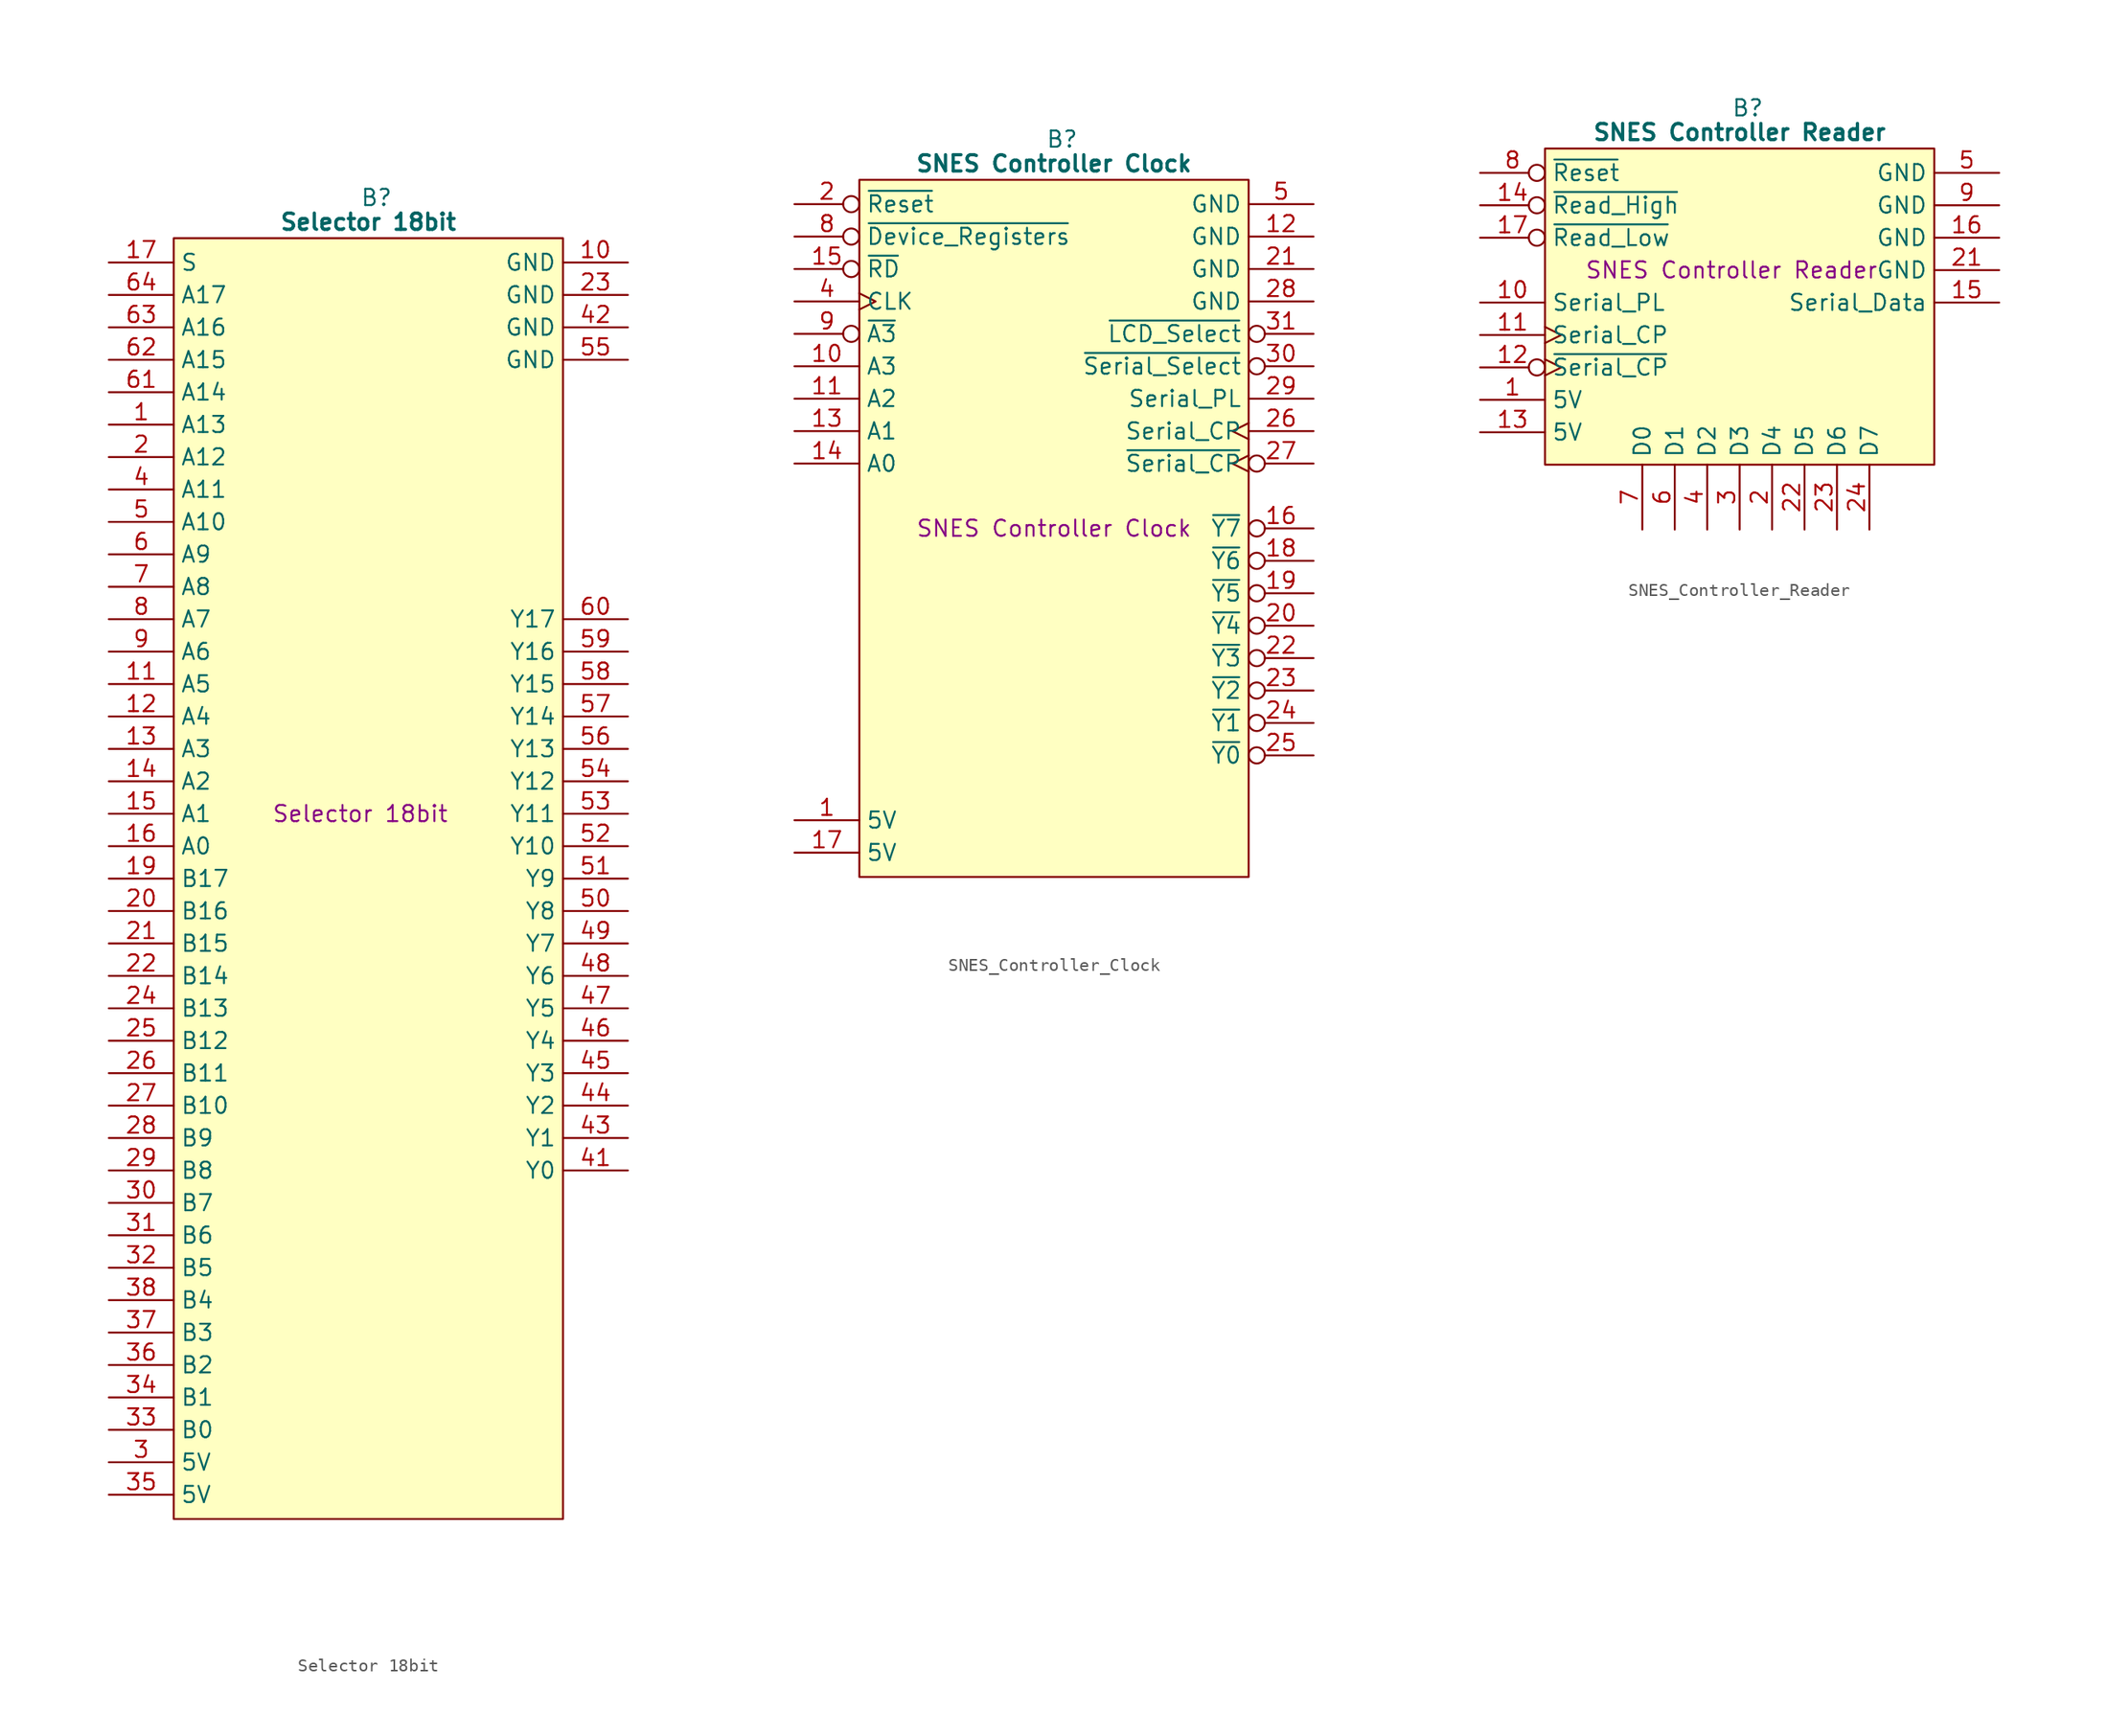
<source format=kicad_sym>
(kicad_symbol_lib
  (version 20241209)
  (generator "kicad_symbol_editor")
  (generator_version "9.0")
  (symbol "Selector 18bit"
    (property "Reference" "B"
      (at 15.875 5.08 0)
      (effects (font (size 1.27 1.27))))
    (property "Value" "Selector 18bit"
      (at 15.24 3.175 0)
      (effects (font (size 1.27 1.27) (bold yes))))
    (property "Description" "Selector 18bit"
      (at 14.605 -43.18 0)
      (effects (font (size 1.27 1.27))))
    (symbol "Selector 18bit_0_1"
      (polyline (pts (xy 0 1.905) (xy 30.48 1.905) (xy 30.48 -98.425) (xy 0 -98.425) (xy 0 1.905)) (stroke (width 0.152) (type default)) (fill (type background))))
    (symbol "Selector 18bit_1_0"
      (pin input line (at -5.08 -10.16 0) (length 5.08) (name "A14" (effects (font (size 1.27 1.27)))) (number "61" (effects (font (size 1.27 1.27)))))
      (pin input line (at -5.08 -78.74 0) (length 5.08) (name "B5" (effects (font (size 1.27 1.27)))) (number "32" (effects (font (size 1.27 1.27)))))
      (pin input line (at -5.08 -81.28 0) (length 5.08) (name "B4" (effects (font (size 1.27 1.27)))) (number "38" (effects (font (size 1.27 1.27)))))
      (pin input line (at -5.08 -83.82 0) (length 5.08) (name "B3" (effects (font (size 1.27 1.27)))) (number "37" (effects (font (size 1.27 1.27)))))
      (pin input line (at -5.08 -86.36 0) (length 5.08) (name "B2" (effects (font (size 1.27 1.27)))) (number "36" (effects (font (size 1.27 1.27)))))
      (pin input line (at -5.08 -88.9 0) (length 5.08) (name "B1" (effects (font (size 1.27 1.27)))) (number "34" (effects (font (size 1.27 1.27)))))
      (pin input line (at -5.08 -91.44 0) (length 5.08) (name "B0" (effects (font (size 1.27 1.27)))) (number "33" (effects (font (size 1.27 1.27)))))
      (pin output line (at 35.56 -27.94 180) (length 5.08) (name "Y17" (effects (font (size 1.27 1.27)))) (number "60" (effects (font (size 1.27 1.27)))))
      (pin output line (at 35.56 -30.48 180) (length 5.08) (name "Y16" (effects (font (size 1.27 1.27)))) (number "59" (effects (font (size 1.27 1.27)))))
      (pin output line (at 35.56 -33.02 180) (length 5.08) (name "Y15" (effects (font (size 1.27 1.27)))) (number "58" (effects (font (size 1.27 1.27)))))
      (pin output line (at 35.56 -35.56 180) (length 5.08) (name "Y14" (effects (font (size 1.27 1.27)))) (number "57" (effects (font (size 1.27 1.27)))))
      (pin output line (at 35.56 -38.1 180) (length 5.08) (name "Y13" (effects (font (size 1.27 1.27)))) (number "56" (effects (font (size 1.27 1.27)))))
      (pin output line (at 35.56 -40.64 180) (length 5.08) (name "Y12" (effects (font (size 1.27 1.27)))) (number "54" (effects (font (size 1.27 1.27)))))
      (pin output line (at 35.56 -63.5 180) (length 5.08) (name "Y3" (effects (font (size 1.27 1.27)))) (number "45" (effects (font (size 1.27 1.27)))))
      (pin no_connect line (at 35.56 -93.98 180) (length 5.08) (hide yes) (name "N.C." (effects (font (size 1.27 1.27)))) (number "39" (effects (font (size 1.27 1.27))))))
    (symbol "Selector 18bit_1_1"
      (pin input line (at -5.08 0 0) (length 5.08) (name "S" (effects (font (size 1.27 1.27)))) (number "17" (effects (font (size 1.27 1.27)))))
      (pin input line (at -5.08 -2.54 0) (length 5.08) (name "A17" (effects (font (size 1.27 1.27)))) (number "64" (effects (font (size 1.27 1.27)))))
      (pin input line (at -5.08 -5.08 0) (length 5.08) (name "A16" (effects (font (size 1.27 1.27)))) (number "63" (effects (font (size 1.27 1.27)))))
      (pin input line (at -5.08 -7.62 0) (length 5.08) (name "A15" (effects (font (size 1.27 1.27)))) (number "62" (effects (font (size 1.27 1.27)))))
      (pin input line (at -5.08 -12.7 0) (length 5.08) (name "A13" (effects (font (size 1.27 1.27)))) (number "1" (effects (font (size 1.27 1.27)))))
      (pin input line (at -5.08 -15.24 0) (length 5.08) (name "A12" (effects (font (size 1.27 1.27)))) (number "2" (effects (font (size 1.27 1.27)))))
      (pin input line (at -5.08 -17.78 0) (length 5.08) (name "A11" (effects (font (size 1.27 1.27)))) (number "4" (effects (font (size 1.27 1.27)))))
      (pin input line (at -5.08 -20.32 0) (length 5.08) (name "A10" (effects (font (size 1.27 1.27)))) (number "5" (effects (font (size 1.27 1.27)))))
      (pin input line (at -5.08 -22.86 0) (length 5.08) (name "A9" (effects (font (size 1.27 1.27)))) (number "6" (effects (font (size 1.27 1.27)))))
      (pin input line (at -5.08 -25.4 0) (length 5.08) (name "A8" (effects (font (size 1.27 1.27)))) (number "7" (effects (font (size 1.27 1.27)))))
      (pin input line (at -5.08 -27.94 0) (length 5.08) (name "A7" (effects (font (size 1.27 1.27)))) (number "8" (effects (font (size 1.27 1.27)))))
      (pin input line (at -5.08 -30.48 0) (length 5.08) (name "A6" (effects (font (size 1.27 1.27)))) (number "9" (effects (font (size 1.27 1.27)))))
      (pin input line (at -5.08 -33.02 0) (length 5.08) (name "A5" (effects (font (size 1.27 1.27)))) (number "11" (effects (font (size 1.27 1.27)))))
      (pin input line (at -5.08 -35.56 0) (length 5.08) (name "A4" (effects (font (size 1.27 1.27)))) (number "12" (effects (font (size 1.27 1.27)))))
      (pin input line (at -5.08 -38.1 0) (length 5.08) (name "A3" (effects (font (size 1.27 1.27)))) (number "13" (effects (font (size 1.27 1.27)))))
      (pin input line (at -5.08 -40.64 0) (length 5.08) (name "A2" (effects (font (size 1.27 1.27)))) (number "14" (effects (font (size 1.27 1.27)))))
      (pin input line (at -5.08 -43.18 0) (length 5.08) (name "A1" (effects (font (size 1.27 1.27)))) (number "15" (effects (font (size 1.27 1.27)))))
      (pin input line (at -5.08 -45.72 0) (length 5.08) (name "A0" (effects (font (size 1.27 1.27)))) (number "16" (effects (font (size 1.27 1.27)))))
      (pin input line (at -5.08 -48.26 0) (length 5.08) (name "B17" (effects (font (size 1.27 1.27)))) (number "19" (effects (font (size 1.27 1.27)))))
      (pin input line (at -5.08 -50.8 0) (length 5.08) (name "B16" (effects (font (size 1.27 1.27)))) (number "20" (effects (font (size 1.27 1.27)))))
      (pin input line (at -5.08 -53.34 0) (length 5.08) (name "B15" (effects (font (size 1.27 1.27)))) (number "21" (effects (font (size 1.27 1.27)))))
      (pin input line (at -5.08 -55.88 0) (length 5.08) (name "B14" (effects (font (size 1.27 1.27)))) (number "22" (effects (font (size 1.27 1.27)))))
      (pin input line (at -5.08 -58.42 0) (length 5.08) (name "B13" (effects (font (size 1.27 1.27)))) (number "24" (effects (font (size 1.27 1.27)))))
      (pin input line (at -5.08 -60.96 0) (length 5.08) (name "B12" (effects (font (size 1.27 1.27)))) (number "25" (effects (font (size 1.27 1.27)))))
      (pin input line (at -5.08 -63.5 0) (length 5.08) (name "B11" (effects (font (size 1.27 1.27)))) (number "26" (effects (font (size 1.27 1.27)))))
      (pin input line (at -5.08 -66.04 0) (length 5.08) (name "B10" (effects (font (size 1.27 1.27)))) (number "27" (effects (font (size 1.27 1.27)))))
      (pin input line (at -5.08 -68.58 0) (length 5.08) (name "B9" (effects (font (size 1.27 1.27)))) (number "28" (effects (font (size 1.27 1.27)))))
      (pin input line (at -5.08 -71.12 0) (length 5.08) (name "B8" (effects (font (size 1.27 1.27)))) (number "29" (effects (font (size 1.27 1.27)))))
      (pin input line (at -5.08 -73.66 0) (length 5.08) (name "B7" (effects (font (size 1.27 1.27)))) (number "30" (effects (font (size 1.27 1.27)))))
      (pin input line (at -5.08 -76.2 0) (length 5.08) (name "B6" (effects (font (size 1.27 1.27)))) (number "31" (effects (font (size 1.27 1.27)))))
      (pin passive line (at -5.08 -93.98 0) (length 5.08) (name "5V" (effects (font (size 1.27 1.27)))) (number "3" (effects (font (size 1.27 1.27)))))
      (pin passive line (at -5.08 -96.52 0) (length 5.08) (name "5V" (effects (font (size 1.27 1.27)))) (number "35" (effects (font (size 1.27 1.27)))))
      (pin passive line (at 35.56 0 180) (length 5.08) (name "GND" (effects (font (size 1.27 1.27)))) (number "10" (effects (font (size 1.27 1.27)))))
      (pin passive line (at 35.56 -2.54 180) (length 5.08) (name "GND" (effects (font (size 1.27 1.27)))) (number "23" (effects (font (size 1.27 1.27)))))
      (pin passive line (at 35.56 -5.08 180) (length 5.08) (name "GND" (effects (font (size 1.27 1.27)))) (number "42" (effects (font (size 1.27 1.27)))))
      (pin passive line (at 35.56 -7.62 180) (length 5.08) (name "GND" (effects (font (size 1.27 1.27)))) (number "55" (effects (font (size 1.27 1.27)))))
      (pin output line (at 35.56 -43.18 180) (length 5.08) (name "Y11" (effects (font (size 1.27 1.27)))) (number "53" (effects (font (size 1.27 1.27)))))
      (pin output line (at 35.56 -45.72 180) (length 5.08) (name "Y10" (effects (font (size 1.27 1.27)))) (number "52" (effects (font (size 1.27 1.27)))))
      (pin output line (at 35.56 -48.26 180) (length 5.08) (name "Y9" (effects (font (size 1.27 1.27)))) (number "51" (effects (font (size 1.27 1.27)))))
      (pin output line (at 35.56 -50.8 180) (length 5.08) (name "Y8" (effects (font (size 1.27 1.27)))) (number "50" (effects (font (size 1.27 1.27)))))
      (pin output line (at 35.56 -53.34 180) (length 5.08) (name "Y7" (effects (font (size 1.27 1.27)))) (number "49" (effects (font (size 1.27 1.27)))))
      (pin output line (at 35.56 -55.88 180) (length 5.08) (name "Y6" (effects (font (size 1.27 1.27)))) (number "48" (effects (font (size 1.27 1.27)))))
      (pin output line (at 35.56 -58.42 180) (length 5.08) (name "Y5" (effects (font (size 1.27 1.27)))) (number "47" (effects (font (size 1.27 1.27)))))
      (pin output line (at 35.56 -60.96 180) (length 5.08) (name "Y4" (effects (font (size 1.27 1.27)))) (number "46" (effects (font (size 1.27 1.27)))))
      (pin output line (at 35.56 -66.04 180) (length 5.08) (name "Y2" (effects (font (size 1.27 1.27)))) (number "44" (effects (font (size 1.27 1.27)))))
      (pin output line (at 35.56 -68.58 180) (length 5.08) (name "Y1" (effects (font (size 1.27 1.27)))) (number "43" (effects (font (size 1.27 1.27)))))
      (pin output line (at 35.56 -71.12 180) (length 5.08) (name "Y0" (effects (font (size 1.27 1.27)))) (number "41" (effects (font (size 1.27 1.27)))))
      (pin no_connect line (at 35.56 -91.44 180) (length 5.08) (hide yes) (name "N.C." (effects (font (size 1.27 1.27)))) (number "18" (effects (font (size 1.27 1.27)))))
      (pin no_connect line (at 35.56 -96.52 180) (length 5.08) (hide yes) (name "N.C." (effects (font (size 1.27 1.27)))) (number "40" (effects (font (size 1.27 1.27)))))))
  (symbol "SNES_Controller_Clock"
    (property "Reference" "B"
      (at 15.875 5.08 0)
      (effects (font (size 1.27 1.27))))
    (property "Value" "SNES Controller Clock"
      (at 15.24 3.175 0)
      (effects (font (size 1.27 1.27) (bold yes))))
    (property "Description" "SNES Controller Clock"
      (at 15.24 -25.4 0)
      (effects (font (size 1.27 1.27))))
    (symbol "SNES_Controller_Clock_0_1"
      (polyline (pts (xy 0 1.905) (xy 30.48 1.905) (xy 30.48 -52.705) (xy 0 -52.705) (xy 0 1.905)) (stroke (width 0.152) (type default)) (fill (type background))))
    (symbol "SNES_Controller_Clock_1_0"
      (pin no_connect line (at 35.56 -48.26 180) (length 5.08) (hide yes) (name "N.C." (effects (font (size 1.27 1.27)))) (number "32" (effects (font (size 1.27 1.27))))))
    (symbol "SNES_Controller_Clock_1_1"
      (pin input inverted (at -5.08 0 0) (length 5.08) (name "~{Reset}" (effects (font (size 1.27 1.27)))) (number "2" (effects (font (size 1.27 1.27)))))
      (pin input inverted (at -5.08 -2.54 0) (length 5.08) (name "~{Device_Registers}" (effects (font (size 1.27 1.27)))) (number "8" (effects (font (size 1.27 1.27)))))
      (pin input inverted (at -5.08 -5.08 0) (length 5.08) (name "~{RD}" (effects (font (size 1.27 1.27)))) (number "15" (effects (font (size 1.27 1.27)))))
      (pin input clock (at -5.08 -7.62 0) (length 5.08) (name "CLK" (effects (font (size 1.27 1.27)))) (number "4" (effects (font (size 1.27 1.27)))))
      (pin input inverted (at -5.08 -10.16 0) (length 5.08) (name "~{A3}" (effects (font (size 1.27 1.27)))) (number "9" (effects (font (size 1.27 1.27)))))
      (pin input line (at -5.08 -12.7 0) (length 5.08) (name "A3" (effects (font (size 1.27 1.27)))) (number "10" (effects (font (size 1.27 1.27)))))
      (pin input line (at -5.08 -15.24 0) (length 5.08) (name "A2" (effects (font (size 1.27 1.27)))) (number "11" (effects (font (size 1.27 1.27)))))
      (pin input line (at -5.08 -17.78 0) (length 5.08) (name "A1" (effects (font (size 1.27 1.27)))) (number "13" (effects (font (size 1.27 1.27)))))
      (pin input line (at -5.08 -20.32 0) (length 5.08) (name "A0" (effects (font (size 1.27 1.27)))) (number "14" (effects (font (size 1.27 1.27)))))
      (pin passive line (at -5.08 -48.26 0) (length 5.08) (name "5V" (effects (font (size 1.27 1.27)))) (number "1" (effects (font (size 1.27 1.27)))))
      (pin passive line (at -5.08 -50.8 0) (length 5.08) (name "5V" (effects (font (size 1.27 1.27)))) (number "17" (effects (font (size 1.27 1.27)))))
      (pin no_connect line (at 34.29 -22.86 180) (length 5.08) (hide yes) (name "N.C." (effects (font (size 1.27 1.27)))) (number "3" (effects (font (size 1.27 1.27)))))
      (pin passive line (at 35.56 0 180) (length 5.08) (name "GND" (effects (font (size 1.27 1.27)))) (number "5" (effects (font (size 1.27 1.27)))))
      (pin passive line (at 35.56 -2.54 180) (length 5.08) (name "GND" (effects (font (size 1.27 1.27)))) (number "12" (effects (font (size 1.27 1.27)))))
      (pin passive line (at 35.56 -5.08 180) (length 5.08) (name "GND" (effects (font (size 1.27 1.27)))) (number "21" (effects (font (size 1.27 1.27)))))
      (pin passive line (at 35.56 -7.62 180) (length 5.08) (name "GND" (effects (font (size 1.27 1.27)))) (number "28" (effects (font (size 1.27 1.27)))))
      (pin output inverted (at 35.56 -10.16 180) (length 5.08) (name "~{LCD_Select}" (effects (font (size 1.27 1.27)))) (number "31" (effects (font (size 1.27 1.27)))))
      (pin output inverted (at 35.56 -12.7 180) (length 5.08) (name "~{Serial_Select}" (effects (font (size 1.27 1.27)))) (number "30" (effects (font (size 1.27 1.27)))))
      (pin output line (at 35.56 -15.24 180) (length 5.08) (name "Serial_PL" (effects (font (size 1.27 1.27)))) (number "29" (effects (font (size 1.27 1.27)))))
      (pin output clock (at 35.56 -17.78 180) (length 5.08) (name "Serial_CP" (effects (font (size 1.27 1.27)))) (number "26" (effects (font (size 1.27 1.27)))))
      (pin output inverted_clock (at 35.56 -20.32 180) (length 5.08) (name "~{Serial_CP}" (effects (font (size 1.27 1.27)))) (number "27" (effects (font (size 1.27 1.27)))))
      (pin output inverted (at 35.56 -25.4 180) (length 5.08) (name "~{Y7}" (effects (font (size 1.27 1.27)))) (number "16" (effects (font (size 1.27 1.27)))))
      (pin output inverted (at 35.56 -27.94 180) (length 5.08) (name "~{Y6}" (effects (font (size 1.27 1.27)))) (number "18" (effects (font (size 1.27 1.27)))))
      (pin output inverted (at 35.56 -30.48 180) (length 5.08) (name "~{Y5}" (effects (font (size 1.27 1.27)))) (number "19" (effects (font (size 1.27 1.27)))))
      (pin output inverted (at 35.56 -33.02 180) (length 5.08) (name "~{Y4}" (effects (font (size 1.27 1.27)))) (number "20" (effects (font (size 1.27 1.27)))))
      (pin output inverted (at 35.56 -35.56 180) (length 5.08) (name "~{Y3}" (effects (font (size 1.27 1.27)))) (number "22" (effects (font (size 1.27 1.27)))))
      (pin output inverted (at 35.56 -38.1 180) (length 5.08) (name "~{Y2}" (effects (font (size 1.27 1.27)))) (number "23" (effects (font (size 1.27 1.27)))))
      (pin output inverted (at 35.56 -40.64 180) (length 5.08) (name "~{Y1}" (effects (font (size 1.27 1.27)))) (number "24" (effects (font (size 1.27 1.27)))))
      (pin output inverted (at 35.56 -43.18 180) (length 5.08) (name "~{Y0}" (effects (font (size 1.27 1.27)))) (number "25" (effects (font (size 1.27 1.27)))))
      (pin no_connect line (at 35.56 -45.72 180) (length 5.08) (hide yes) (name "N.C." (effects (font (size 1.27 1.27)))) (number "6" (effects (font (size 1.27 1.27)))))
      (pin output line (at 35.56 -50.8 180) (length 5.08) (hide yes) (name "CEP" (effects (font (size 1.27 1.27)))) (number "7" (effects (font (size 1.27 1.27)))))))
  (symbol "SNES_Controller_Reader"
    (property "Reference" "B"
      (at 15.875 5.08 0)
      (effects (font (size 1.27 1.27))))
    (property "Value" "SNES Controller Reader"
      (at 15.24 3.175 0)
      (effects (font (size 1.27 1.27) (bold yes))))
    (property "Description" "SNES Controller Reader"
      (at 14.605 -7.62 0)
      (effects (font (size 1.27 1.27))))
    (symbol "SNES_Controller_Reader_0_1"
      (polyline (pts (xy 0 1.905) (xy 30.48 1.905) (xy 30.48 -22.86) (xy 0 -22.86) (xy 0 1.905)) (stroke (width 0.152) (type default)) (fill (type background))))
    (symbol "SNES_Controller_Reader_1_1"
      (pin input inverted (at -5.08 0 0) (length 5.08) (name "~{Reset}" (effects (font (size 1.27 1.27)))) (number "8" (effects (font (size 1.27 1.27)))))
      (pin input inverted (at -5.08 -2.54 0) (length 5.08) (name "~{Read_High}" (effects (font (size 1.27 1.27)))) (number "14" (effects (font (size 1.27 1.27)))))
      (pin input inverted (at -5.08 -5.08 0) (length 5.08) (name "~{Read_Low}" (effects (font (size 1.27 1.27)))) (number "17" (effects (font (size 1.27 1.27)))))
      (pin input line (at -5.08 -10.16 0) (length 5.08) (name "Serial_PL" (effects (font (size 1.27 1.27)))) (number "10" (effects (font (size 1.27 1.27)))))
      (pin input clock (at -5.08 -12.7 0) (length 5.08) (name "Serial_CP" (effects (font (size 1.27 1.27)))) (number "11" (effects (font (size 1.27 1.27)))))
      (pin input inverted_clock (at -5.08 -15.24 0) (length 5.08) (name "~{Serial_CP}" (effects (font (size 1.27 1.27)))) (number "12" (effects (font (size 1.27 1.27)))))
      (pin passive line (at -5.08 -17.78 0) (length 5.08) (name "5V" (effects (font (size 1.27 1.27)))) (number "1" (effects (font (size 1.27 1.27)))))
      (pin passive line (at -5.08 -20.32 0) (length 5.08) (name "5V" (effects (font (size 1.27 1.27)))) (number "13" (effects (font (size 1.27 1.27)))))
      (pin tri_state line (at 7.62 -27.94 90) (length 5.08) (name "D0" (effects (font (size 1.27 1.27)))) (number "7" (effects (font (size 1.27 1.27)))))
      (pin tri_state line (at 10.16 -27.94 90) (length 5.08) (name "D1" (effects (font (size 1.27 1.27)))) (number "6" (effects (font (size 1.27 1.27)))))
      (pin tri_state line (at 12.7 -27.94 90) (length 5.08) (name "D2" (effects (font (size 1.27 1.27)))) (number "4" (effects (font (size 1.27 1.27)))))
      (pin tri_state line (at 15.24 -27.94 90) (length 5.08) (name "D3" (effects (font (size 1.27 1.27)))) (number "3" (effects (font (size 1.27 1.27)))))
      (pin tri_state line (at 17.78 -27.94 90) (length 5.08) (name "D4" (effects (font (size 1.27 1.27)))) (number "2" (effects (font (size 1.27 1.27)))))
      (pin tri_state line (at 20.32 -27.94 90) (length 5.08) (name "D5" (effects (font (size 1.27 1.27)))) (number "22" (effects (font (size 1.27 1.27)))))
      (pin tri_state line (at 22.86 -27.94 90) (length 5.08) (name "D6" (effects (font (size 1.27 1.27)))) (number "23" (effects (font (size 1.27 1.27)))))
      (pin tri_state line (at 25.4 -27.94 90) (length 5.08) (name "D7" (effects (font (size 1.27 1.27)))) (number "24" (effects (font (size 1.27 1.27)))))
      (pin passive line (at 35.56 0 180) (length 5.08) (name "GND" (effects (font (size 1.27 1.27)))) (number "5" (effects (font (size 1.27 1.27)))))
      (pin passive line (at 35.56 -2.54 180) (length 5.08) (name "GND" (effects (font (size 1.27 1.27)))) (number "9" (effects (font (size 1.27 1.27)))))
      (pin passive line (at 35.56 -5.08 180) (length 5.08) (name "GND" (effects (font (size 1.27 1.27)))) (number "16" (effects (font (size 1.27 1.27)))))
      (pin passive line (at 35.56 -7.62 180) (length 5.08) (name "GND" (effects (font (size 1.27 1.27)))) (number "21" (effects (font (size 1.27 1.27)))))
      (pin output line (at 35.56 -10.16 180) (length 5.08) (name "Serial_Data" (effects (font (size 1.27 1.27)))) (number "15" (effects (font (size 1.27 1.27)))))
      (pin no_connect line (at 35.56 -15.24 180) (length 5.08) (hide yes) (name "N.C." (effects (font (size 1.27 1.27)))) (number "18" (effects (font (size 1.27 1.27)))))
      (pin no_connect line (at 35.56 -17.78 180) (length 5.08) (hide yes) (name "N.C." (effects (font (size 1.27 1.27)))) (number "19" (effects (font (size 1.27 1.27)))))
      (pin no_connect line (at 35.56 -20.32 180) (length 5.08) (hide yes) (name "N.C." (effects (font (size 1.27 1.27)))) (number "20" (effects (font (size 1.27 1.27))))))))
</source>
